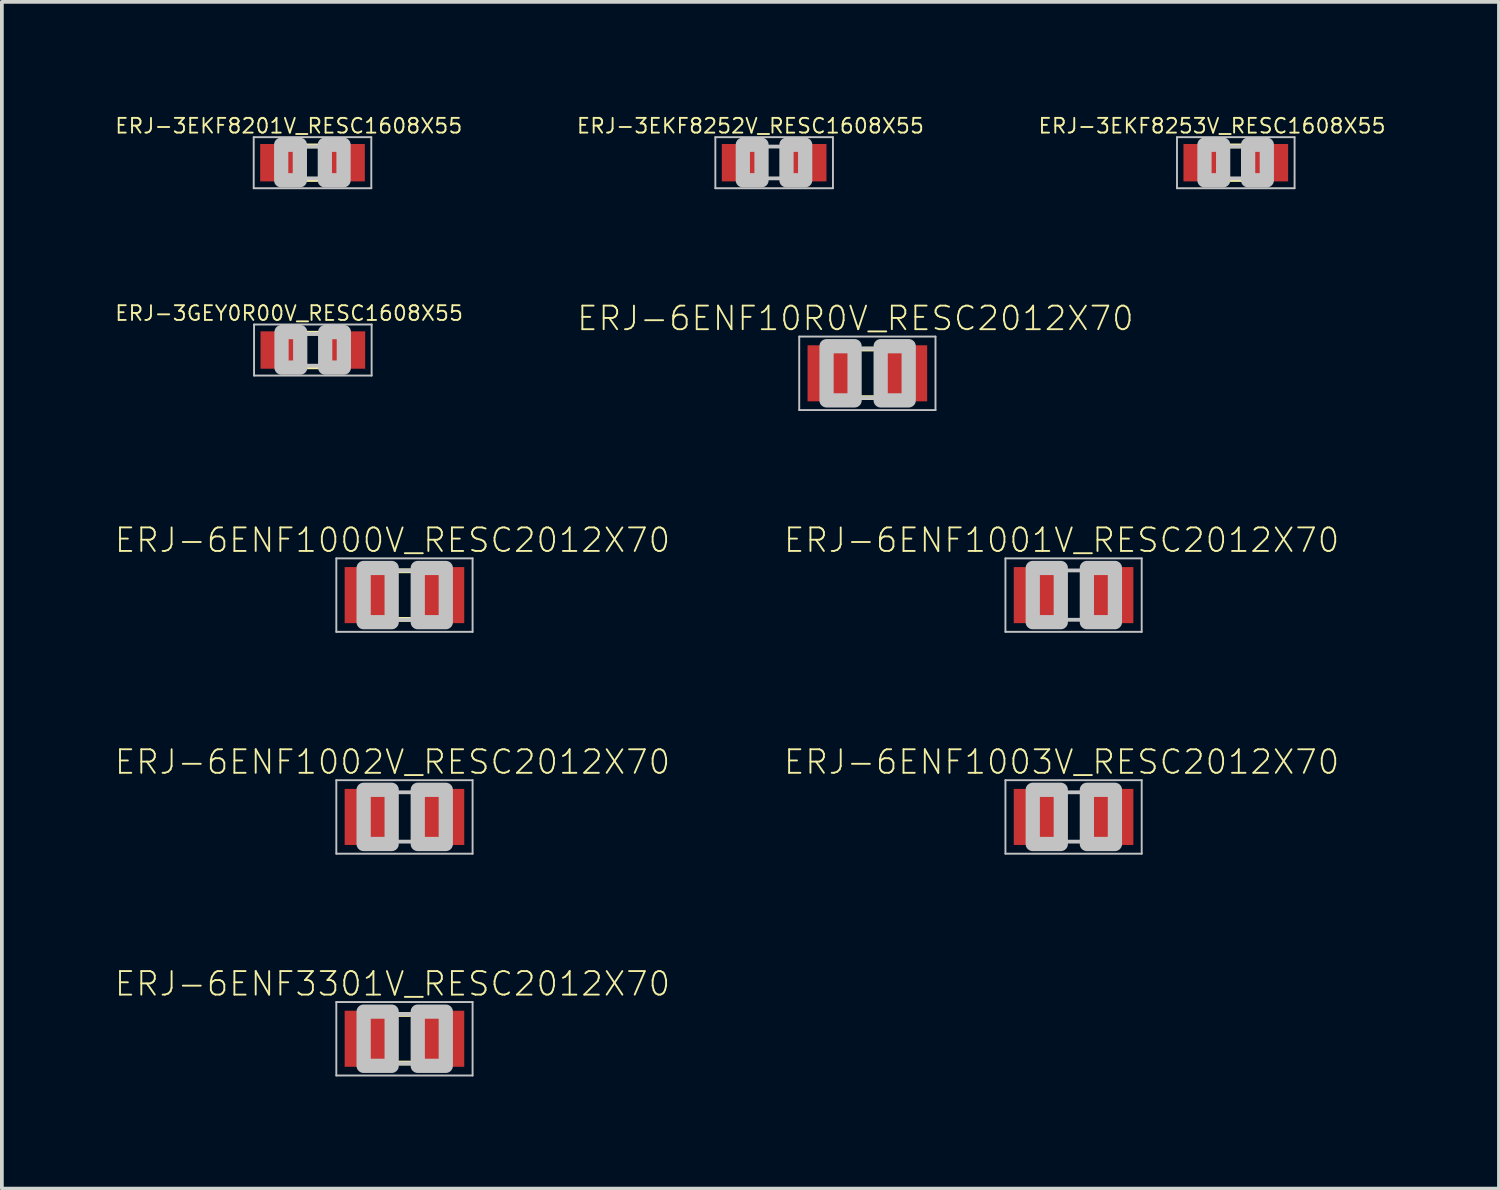
<source format=kicad_pcb>
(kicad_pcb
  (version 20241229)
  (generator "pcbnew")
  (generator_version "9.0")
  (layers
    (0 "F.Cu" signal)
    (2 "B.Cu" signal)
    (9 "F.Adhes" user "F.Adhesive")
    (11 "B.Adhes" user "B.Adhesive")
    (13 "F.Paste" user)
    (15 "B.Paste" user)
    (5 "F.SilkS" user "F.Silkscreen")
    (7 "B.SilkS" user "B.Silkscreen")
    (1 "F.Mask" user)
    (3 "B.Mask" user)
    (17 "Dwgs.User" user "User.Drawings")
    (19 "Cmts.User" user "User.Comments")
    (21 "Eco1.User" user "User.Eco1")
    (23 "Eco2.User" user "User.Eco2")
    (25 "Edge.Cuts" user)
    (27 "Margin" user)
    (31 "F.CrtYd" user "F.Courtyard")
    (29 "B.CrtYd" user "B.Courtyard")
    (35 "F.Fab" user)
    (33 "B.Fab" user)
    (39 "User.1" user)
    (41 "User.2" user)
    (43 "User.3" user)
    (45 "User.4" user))
  (footprint "ERJ-6ENF1000V_RESC2012X70"
    (layer "F.Cu")
    (at 7.771 12.872)
    (property "Reference" "ERJ-6ENF1000V_RESC2012X70" (at -0.32 -1.47 0) (layer "F.SilkS") (effects (font (size 0.63 0.63) (thickness 0.05))))
    (attr smd)
    (fp_line (start -0.15 -0.65) (end 0.15 -0.65) (stroke (width 0.127) (type solid)) (layer "F.SilkS"))
    (fp_line (start -0.15 0.65) (end 0.15 0.65) (stroke (width 0.127) (type solid)) (layer "F.SilkS"))
    (fp_line (start -1.823 -0.983) (end 1.823 -0.983) (stroke (width 0.051) (type solid)) (layer "Dwgs.User"))
    (fp_line (start -1.823 0.983) (end -1.823 -0.983) (stroke (width 0.051) (type solid)) (layer "Dwgs.User"))
    (fp_line (start -0.381 -0.66) (end 0.381 -0.66) (stroke (width 0.102) (type solid)) (layer "Dwgs.User"))
    (fp_line (start -0.356 0.66) (end 0.381 0.66) (stroke (width 0.102) (type solid)) (layer "Dwgs.User"))
    (fp_line (start 1.823 -0.983) (end 1.823 0.983) (stroke (width 0.051) (type solid)) (layer "Dwgs.User"))
    (fp_line (start 1.823 0.983) (end -1.823 0.983) (stroke (width 0.051) (type solid)) (layer "Dwgs.User"))
    (fp_poly (pts (xy -1.092 -0.726) (xy -0.342 -0.726) (xy -0.342 0.724) (xy -1.092 0.724)) (stroke (width 0.381) (type solid)) (fill no) (layer "Dwgs.User"))
    (fp_poly (pts (xy 0.356 -0.726) (xy 1.106 -0.726) (xy 1.106 0.724) (xy 0.356 0.724)) (stroke (width 0.381) (type solid)) (fill no) (layer "Dwgs.User"))
    (pad "1" smd rect (at -0.95 0) (size 1.3 1.5) (layers "F.Cu" "F.Mask" "F.Paste"))
    (pad "2" smd rect (at 0.95 0) (size 1.3 1.5) (layers "F.Cu" "F.Mask" "F.Paste")))
  (footprint "ERJ-3EKF8201V_RESC1608X55"
    (layer "F.Cu")
    (at 5.311 1.303)
    (property "Reference" "ERJ-3EKF8201V_RESC1608X55" (at -0.635 -0.985 0) (layer "F.SilkS") (effects (font (size 0.394 0.394) (thickness 0.05))))
    (attr smd)
    (fp_line (start -0.15 -0.45) (end 0.15 -0.45) (stroke (width 0.127) (type solid)) (layer "F.SilkS"))
    (fp_line (start -0.15 0.45) (end 0.15 0.45) (stroke (width 0.127) (type solid)) (layer "F.SilkS"))
    (fp_line (start -1.573 -0.683) (end 1.573 -0.683) (stroke (width 0.051) (type solid)) (layer "Dwgs.User"))
    (fp_line (start -1.573 0.683) (end -1.573 -0.683) (stroke (width 0.051) (type solid)) (layer "Dwgs.User"))
    (fp_line (start -0.356 -0.432) (end 0.356 -0.432) (stroke (width 0.102) (type solid)) (layer "Dwgs.User"))
    (fp_line (start -0.356 0.419) (end 0.356 0.419) (stroke (width 0.102) (type solid)) (layer "Dwgs.User"))
    (fp_line (start 1.573 -0.683) (end 1.573 0.683) (stroke (width 0.051) (type solid)) (layer "Dwgs.User"))
    (fp_line (start 1.573 0.683) (end -1.573 0.683) (stroke (width 0.051) (type solid)) (layer "Dwgs.User"))
    (fp_poly (pts (xy -0.838 -0.48) (xy -0.338 -0.48) (xy -0.338 0.47) (xy -0.838 0.47)) (stroke (width 0.381) (type solid)) (fill no) (layer "Dwgs.User"))
    (fp_poly (pts (xy 0.33 -0.48) (xy 0.83 -0.48) (xy 0.83 0.47) (xy 0.33 0.47)) (stroke (width 0.381) (type solid)) (fill no) (layer "Dwgs.User"))
    (pad "1" smd rect (at -0.85 0) (size 1.1 1) (layers "F.Cu" "F.Mask" "F.Paste"))
    (pad "2" smd rect (at 0.85 0) (size 1.1 1) (layers "F.Cu" "F.Mask" "F.Paste")))
  (footprint "ERJ-6ENF1002V_RESC2012X70"
    (layer "F.Cu")
    (at 7.771 18.807)
    (property "Reference" "ERJ-6ENF1002V_RESC2012X70" (at -0.32 -1.47 0) (layer "F.SilkS") (effects (font (size 0.63 0.63) (thickness 0.05))))
    (attr smd)
    (fp_line (start -1.823 -0.983) (end 1.823 -0.983) (stroke (width 0.051) (type solid)) (layer "Dwgs.User"))
    (fp_line (start -1.823 0.983) (end -1.823 -0.983) (stroke (width 0.051) (type solid)) (layer "Dwgs.User"))
    (fp_line (start -0.381 -0.66) (end 0.381 -0.66) (stroke (width 0.102) (type solid)) (layer "Dwgs.User"))
    (fp_line (start -0.356 0.66) (end 0.381 0.66) (stroke (width 0.102) (type solid)) (layer "Dwgs.User"))
    (fp_line (start 1.823 -0.983) (end 1.823 0.983) (stroke (width 0.051) (type solid)) (layer "Dwgs.User"))
    (fp_line (start 1.823 0.983) (end -1.823 0.983) (stroke (width 0.051) (type solid)) (layer "Dwgs.User"))
    (fp_poly (pts (xy -1.092 -0.726) (xy -0.342 -0.726) (xy -0.342 0.724) (xy -1.092 0.724)) (stroke (width 0.381) (type solid)) (fill no) (layer "Dwgs.User"))
    (fp_poly (pts (xy 0.356 -0.726) (xy 1.106 -0.726) (xy 1.106 0.724) (xy 0.356 0.724)) (stroke (width 0.381) (type solid)) (fill no) (layer "Dwgs.User"))
    (pad "1" smd rect (at -0.95 0) (size 1.3 1.5) (layers "F.Cu" "F.Mask" "F.Paste"))
    (pad "2" smd rect (at 0.95 0) (size 1.3 1.5) (layers "F.Cu" "F.Mask" "F.Paste")))
  (footprint "ERJ-6ENF1003V_RESC2012X70"
    (layer "F.Cu")
    (at 25.673 18.807)
    (property "Reference" "ERJ-6ENF1003V_RESC2012X70" (at -0.32 -1.47 0) (layer "F.SilkS") (effects (font (size 0.63 0.63) (thickness 0.05))))
    (attr smd)
    (fp_line (start -1.823 -0.983) (end 1.823 -0.983) (stroke (width 0.051) (type solid)) (layer "Dwgs.User"))
    (fp_line (start -1.823 0.983) (end -1.823 -0.983) (stroke (width 0.051) (type solid)) (layer "Dwgs.User"))
    (fp_line (start -0.381 -0.66) (end 0.381 -0.66) (stroke (width 0.102) (type solid)) (layer "Dwgs.User"))
    (fp_line (start -0.356 0.66) (end 0.381 0.66) (stroke (width 0.102) (type solid)) (layer "Dwgs.User"))
    (fp_line (start 1.823 -0.983) (end 1.823 0.983) (stroke (width 0.051) (type solid)) (layer "Dwgs.User"))
    (fp_line (start 1.823 0.983) (end -1.823 0.983) (stroke (width 0.051) (type solid)) (layer "Dwgs.User"))
    (fp_poly (pts (xy -1.092 -0.726) (xy -0.342 -0.726) (xy -0.342 0.724) (xy -1.092 0.724)) (stroke (width 0.381) (type solid)) (fill no) (layer "Dwgs.User"))
    (fp_poly (pts (xy 0.356 -0.726) (xy 1.106 -0.726) (xy 1.106 0.724) (xy 0.356 0.724)) (stroke (width 0.381) (type solid)) (fill no) (layer "Dwgs.User"))
    (pad "1" smd rect (at -0.95 0) (size 1.3 1.5) (layers "F.Cu" "F.Mask" "F.Paste"))
    (pad "2" smd rect (at 0.95 0) (size 1.3 1.5) (layers "F.Cu" "F.Mask" "F.Paste")))
  (footprint "ERJ-6ENF10R0V_RESC2012X70"
    (layer "F.Cu")
    (at 20.156 6.938)
    (property "Reference" "ERJ-6ENF10R0V_RESC2012X70" (at -0.32 -1.47 0) (layer "F.SilkS") (effects (font (size 0.63 0.63) (thickness 0.05))))
    (attr smd)
    (fp_line (start -0.15 -0.65) (end 0.15 -0.65) (stroke (width 0.127) (type solid)) (layer "F.SilkS"))
    (fp_line (start -0.15 0.65) (end 0.15 0.65) (stroke (width 0.127) (type solid)) (layer "F.SilkS"))
    (fp_line (start -1.823 -0.983) (end 1.823 -0.983) (stroke (width 0.051) (type solid)) (layer "Dwgs.User"))
    (fp_line (start -1.823 0.983) (end -1.823 -0.983) (stroke (width 0.051) (type solid)) (layer "Dwgs.User"))
    (fp_line (start -0.381 -0.66) (end 0.381 -0.66) (stroke (width 0.102) (type solid)) (layer "Dwgs.User"))
    (fp_line (start -0.356 0.66) (end 0.381 0.66) (stroke (width 0.102) (type solid)) (layer "Dwgs.User"))
    (fp_line (start 1.823 -0.983) (end 1.823 0.983) (stroke (width 0.051) (type solid)) (layer "Dwgs.User"))
    (fp_line (start 1.823 0.983) (end -1.823 0.983) (stroke (width 0.051) (type solid)) (layer "Dwgs.User"))
    (fp_poly (pts (xy -1.092 -0.726) (xy -0.342 -0.726) (xy -0.342 0.724) (xy -1.092 0.724)) (stroke (width 0.381) (type solid)) (fill no) (layer "Dwgs.User"))
    (fp_poly (pts (xy 0.356 -0.726) (xy 1.106 -0.726) (xy 1.106 0.724) (xy 0.356 0.724)) (stroke (width 0.381) (type solid)) (fill no) (layer "Dwgs.User"))
    (pad "1" smd rect (at -0.95 0) (size 1.3 1.5) (layers "F.Cu" "F.Mask" "F.Paste"))
    (pad "2" smd rect (at 0.95 0) (size 1.3 1.5) (layers "F.Cu" "F.Mask" "F.Paste")))
  (footprint "ERJ-3EKF8252V_RESC1608X55"
    (layer "F.Cu")
    (at 17.662 1.303)
    (property "Reference" "ERJ-3EKF8252V_RESC1608X55" (at -0.635 -0.985 0) (layer "F.SilkS") (effects (font (size 0.394 0.394) (thickness 0.05))))
    (attr smd)
    (fp_line (start -1.573 -0.683) (end 1.573 -0.683) (stroke (width 0.051) (type solid)) (layer "Dwgs.User"))
    (fp_line (start -1.573 0.683) (end -1.573 -0.683) (stroke (width 0.051) (type solid)) (layer "Dwgs.User"))
    (fp_line (start -0.356 -0.432) (end 0.356 -0.432) (stroke (width 0.102) (type solid)) (layer "Dwgs.User"))
    (fp_line (start -0.356 0.419) (end 0.356 0.419) (stroke (width 0.102) (type solid)) (layer "Dwgs.User"))
    (fp_line (start 1.573 -0.683) (end 1.573 0.683) (stroke (width 0.051) (type solid)) (layer "Dwgs.User"))
    (fp_line (start 1.573 0.683) (end -1.573 0.683) (stroke (width 0.051) (type solid)) (layer "Dwgs.User"))
    (fp_poly (pts (xy -0.838 -0.48) (xy -0.338 -0.48) (xy -0.338 0.47) (xy -0.838 0.47)) (stroke (width 0.381) (type solid)) (fill no) (layer "Dwgs.User"))
    (fp_poly (pts (xy 0.33 -0.48) (xy 0.83 -0.48) (xy 0.83 0.47) (xy 0.33 0.47)) (stroke (width 0.381) (type solid)) (fill no) (layer "Dwgs.User"))
    (pad "1" smd rect (at -0.85 0) (size 1.1 1) (layers "F.Cu" "F.Mask" "F.Paste"))
    (pad "2" smd rect (at 0.85 0) (size 1.1 1) (layers "F.Cu" "F.Mask" "F.Paste")))
  (footprint "ERJ-6ENF3301V_RESC2012X70"
    (layer "F.Cu")
    (at 7.771 24.742)
    (property "Reference" "ERJ-6ENF3301V_RESC2012X70" (at -0.32 -1.47 0) (layer "F.SilkS") (effects (font (size 0.63 0.63) (thickness 0.05))))
    (attr smd)
    (fp_line (start -0.15 -0.65) (end 0.15 -0.65) (stroke (width 0.127) (type solid)) (layer "F.SilkS"))
    (fp_line (start -0.15 0.65) (end 0.15 0.65) (stroke (width 0.127) (type solid)) (layer "F.SilkS"))
    (fp_line (start -1.823 -0.983) (end 1.823 -0.983) (stroke (width 0.051) (type solid)) (layer "Dwgs.User"))
    (fp_line (start -1.823 0.983) (end -1.823 -0.983) (stroke (width 0.051) (type solid)) (layer "Dwgs.User"))
    (fp_line (start -0.381 -0.66) (end 0.381 -0.66) (stroke (width 0.102) (type solid)) (layer "Dwgs.User"))
    (fp_line (start -0.356 0.66) (end 0.381 0.66) (stroke (width 0.102) (type solid)) (layer "Dwgs.User"))
    (fp_line (start 1.823 -0.983) (end 1.823 0.983) (stroke (width 0.051) (type solid)) (layer "Dwgs.User"))
    (fp_line (start 1.823 0.983) (end -1.823 0.983) (stroke (width 0.051) (type solid)) (layer "Dwgs.User"))
    (fp_poly (pts (xy -1.092 -0.726) (xy -0.342 -0.726) (xy -0.342 0.724) (xy -1.092 0.724)) (stroke (width 0.381) (type solid)) (fill no) (layer "Dwgs.User"))
    (fp_poly (pts (xy 0.356 -0.726) (xy 1.106 -0.726) (xy 1.106 0.724) (xy 0.356 0.724)) (stroke (width 0.381) (type solid)) (fill no) (layer "Dwgs.User"))
    (pad "1" smd rect (at -0.95 0) (size 1.3 1.5) (layers "F.Cu" "F.Mask" "F.Paste"))
    (pad "2" smd rect (at 0.95 0) (size 1.3 1.5) (layers "F.Cu" "F.Mask" "F.Paste")))
  (footprint "ERJ-3EKF8253V_RESC1608X55"
    (layer "F.Cu")
    (at 30.013 1.303)
    (property "Reference" "ERJ-3EKF8253V_RESC1608X55" (at -0.635 -0.985 0) (layer "F.SilkS") (effects (font (size 0.394 0.394) (thickness 0.05))))
    (attr smd)
    (fp_line (start -0.15 -0.45) (end 0.15 -0.45) (stroke (width 0.127) (type solid)) (layer "F.SilkS"))
    (fp_line (start -0.15 0.45) (end 0.15 0.45) (stroke (width 0.127) (type solid)) (layer "F.SilkS"))
    (fp_line (start -1.573 -0.683) (end 1.573 -0.683) (stroke (width 0.051) (type solid)) (layer "Dwgs.User"))
    (fp_line (start -1.573 0.683) (end -1.573 -0.683) (stroke (width 0.051) (type solid)) (layer "Dwgs.User"))
    (fp_line (start -0.356 -0.432) (end 0.356 -0.432) (stroke (width 0.102) (type solid)) (layer "Dwgs.User"))
    (fp_line (start -0.356 0.419) (end 0.356 0.419) (stroke (width 0.102) (type solid)) (layer "Dwgs.User"))
    (fp_line (start 1.573 -0.683) (end 1.573 0.683) (stroke (width 0.051) (type solid)) (layer "Dwgs.User"))
    (fp_line (start 1.573 0.683) (end -1.573 0.683) (stroke (width 0.051) (type solid)) (layer "Dwgs.User"))
    (fp_poly (pts (xy -0.838 -0.48) (xy -0.338 -0.48) (xy -0.338 0.47) (xy -0.838 0.47)) (stroke (width 0.381) (type solid)) (fill no) (layer "Dwgs.User"))
    (fp_poly (pts (xy 0.33 -0.48) (xy 0.83 -0.48) (xy 0.83 0.47) (xy 0.33 0.47)) (stroke (width 0.381) (type solid)) (fill no) (layer "Dwgs.User"))
    (pad "1" smd rect (at -0.85 0) (size 1.1 1) (layers "F.Cu" "F.Mask" "F.Paste"))
    (pad "2" smd rect (at 0.85 0) (size 1.1 1) (layers "F.Cu" "F.Mask" "F.Paste")))
  (footprint "ERJ-3GEY0R00V_RESC1608X55"
    (layer "F.Cu")
    (at 5.32 6.315)
    (property "Reference" "ERJ-3GEY0R00V_RESC1608X55" (at -0.635 -0.985 0) (layer "F.SilkS") (effects (font (size 0.394 0.394) (thickness 0.05))))
    (attr smd)
    (fp_line (start -0.15 -0.45) (end 0.15 -0.45) (stroke (width 0.127) (type solid)) (layer "F.SilkS"))
    (fp_line (start -0.15 0.45) (end 0.15 0.45) (stroke (width 0.127) (type solid)) (layer "F.SilkS"))
    (fp_line (start -1.573 -0.683) (end 1.573 -0.683) (stroke (width 0.051) (type solid)) (layer "Dwgs.User"))
    (fp_line (start -1.573 0.683) (end -1.573 -0.683) (stroke (width 0.051) (type solid)) (layer "Dwgs.User"))
    (fp_line (start -0.356 -0.432) (end 0.356 -0.432) (stroke (width 0.102) (type solid)) (layer "Dwgs.User"))
    (fp_line (start -0.356 0.419) (end 0.356 0.419) (stroke (width 0.102) (type solid)) (layer "Dwgs.User"))
    (fp_line (start 1.573 -0.683) (end 1.573 0.683) (stroke (width 0.051) (type solid)) (layer "Dwgs.User"))
    (fp_line (start 1.573 0.683) (end -1.573 0.683) (stroke (width 0.051) (type solid)) (layer "Dwgs.User"))
    (fp_poly (pts (xy -0.838 -0.48) (xy -0.338 -0.48) (xy -0.338 0.47) (xy -0.838 0.47)) (stroke (width 0.381) (type solid)) (fill no) (layer "Dwgs.User"))
    (fp_poly (pts (xy 0.33 -0.48) (xy 0.83 -0.48) (xy 0.83 0.47) (xy 0.33 0.47)) (stroke (width 0.381) (type solid)) (fill no) (layer "Dwgs.User"))
    (pad "1" smd rect (at -0.85 0) (size 1.1 1) (layers "F.Cu" "F.Mask" "F.Paste"))
    (pad "2" smd rect (at 0.85 0) (size 1.1 1) (layers "F.Cu" "F.Mask" "F.Paste")))
  (footprint "ERJ-6ENF1001V_RESC2012X70"
    (layer "F.Cu")
    (at 25.673 12.872)
    (property "Reference" "ERJ-6ENF1001V_RESC2012X70" (at -0.32 -1.47 0) (layer "F.SilkS") (effects (font (size 0.63 0.63) (thickness 0.05))))
    (attr smd)
    (fp_line (start -1.823 -0.983) (end 1.823 -0.983) (stroke (width 0.051) (type solid)) (layer "Dwgs.User"))
    (fp_line (start -1.823 0.983) (end -1.823 -0.983) (stroke (width 0.051) (type solid)) (layer "Dwgs.User"))
    (fp_line (start -0.381 -0.66) (end 0.381 -0.66) (stroke (width 0.102) (type solid)) (layer "Dwgs.User"))
    (fp_line (start -0.356 0.66) (end 0.381 0.66) (stroke (width 0.102) (type solid)) (layer "Dwgs.User"))
    (fp_line (start 1.823 -0.983) (end 1.823 0.983) (stroke (width 0.051) (type solid)) (layer "Dwgs.User"))
    (fp_line (start 1.823 0.983) (end -1.823 0.983) (stroke (width 0.051) (type solid)) (layer "Dwgs.User"))
    (fp_poly (pts (xy -1.092 -0.726) (xy -0.342 -0.726) (xy -0.342 0.724) (xy -1.092 0.724)) (stroke (width 0.381) (type solid)) (fill no) (layer "Dwgs.User"))
    (fp_poly (pts (xy 0.356 -0.726) (xy 1.106 -0.726) (xy 1.106 0.724) (xy 0.356 0.724)) (stroke (width 0.381) (type solid)) (fill no) (layer "Dwgs.User"))
    (pad "1" smd rect (at -0.95 0) (size 1.3 1.5) (layers "F.Cu" "F.Mask" "F.Paste"))
    (pad "2" smd rect (at 0.95 0) (size 1.3 1.5) (layers "F.Cu" "F.Mask" "F.Paste")))
  (gr_rect
    (start -3 -3)
    (end 37.054 28.75)
    (stroke (width 0.1) (type default))
    (fill no)
    (layer "Edge.Cuts")))
</source>
